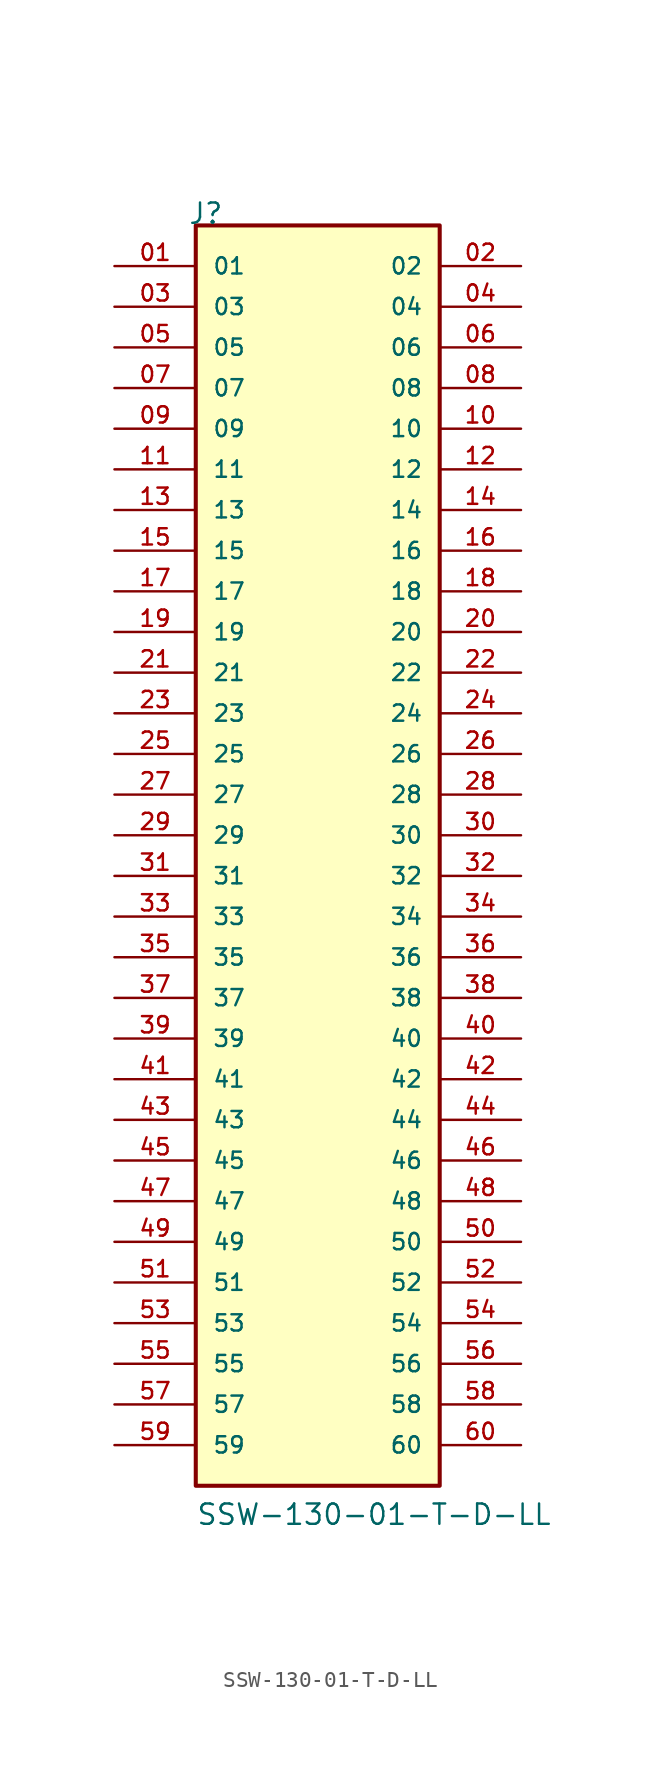
<source format=kicad_sym>
(kicad_symbol_lib
  (version 20211014)
  (generator kicad_symbol_editor)
  (symbol "SSW-130-01-T-D-LL"
    (pin_names
      (offset 1.016))
    (property "Reference" "J"
      (at -8.12 40.64 0)
      (effects (font (size 1.27 1.27)) (justify bottom left)))
    (property "Value" "SSW-130-01-T-D-LL"
      (at -7.62 -40.64 0)
      (effects (font (size 1.27 1.27)) (justify bottom left)))
    (symbol "SSW-130-01-T-D-LL_0_0"
      (rectangle (start -7.62 -38.1) (end 7.62 40.64) (stroke (width 0.254)) (fill (type background)))
      (pin passive line (at -12.7 38.1 0) (length 5.08) (name "01" (effects (font (size 1.016 1.016)))) (number "01" (effects (font (size 1.016 1.016)))))
      (pin passive line (at 12.7 38.1 180.0) (length 5.08) (name "02" (effects (font (size 1.016 1.016)))) (number "02" (effects (font (size 1.016 1.016)))))
      (pin passive line (at -12.7 35.56 0) (length 5.08) (name "03" (effects (font (size 1.016 1.016)))) (number "03" (effects (font (size 1.016 1.016)))))
      (pin passive line (at 12.7 35.56 180.0) (length 5.08) (name "04" (effects (font (size 1.016 1.016)))) (number "04" (effects (font (size 1.016 1.016)))))
      (pin passive line (at -12.7 33.02 0) (length 5.08) (name "05" (effects (font (size 1.016 1.016)))) (number "05" (effects (font (size 1.016 1.016)))))
      (pin passive line (at 12.7 33.02 180.0) (length 5.08) (name "06" (effects (font (size 1.016 1.016)))) (number "06" (effects (font (size 1.016 1.016)))))
      (pin passive line (at -12.7 30.48 0) (length 5.08) (name "07" (effects (font (size 1.016 1.016)))) (number "07" (effects (font (size 1.016 1.016)))))
      (pin passive line (at 12.7 30.48 180.0) (length 5.08) (name "08" (effects (font (size 1.016 1.016)))) (number "08" (effects (font (size 1.016 1.016)))))
      (pin passive line (at -12.7 27.94 0) (length 5.08) (name "09" (effects (font (size 1.016 1.016)))) (number "09" (effects (font (size 1.016 1.016)))))
      (pin passive line (at 12.7 27.94 180.0) (length 5.08) (name "10" (effects (font (size 1.016 1.016)))) (number "10" (effects (font (size 1.016 1.016)))))
      (pin passive line (at -12.7 25.4 0) (length 5.08) (name "11" (effects (font (size 1.016 1.016)))) (number "11" (effects (font (size 1.016 1.016)))))
      (pin passive line (at 12.7 25.4 180.0) (length 5.08) (name "12" (effects (font (size 1.016 1.016)))) (number "12" (effects (font (size 1.016 1.016)))))
      (pin passive line (at -12.7 22.86 0) (length 5.08) (name "13" (effects (font (size 1.016 1.016)))) (number "13" (effects (font (size 1.016 1.016)))))
      (pin passive line (at 12.7 22.86 180.0) (length 5.08) (name "14" (effects (font (size 1.016 1.016)))) (number "14" (effects (font (size 1.016 1.016)))))
      (pin passive line (at -12.7 20.32 0) (length 5.08) (name "15" (effects (font (size 1.016 1.016)))) (number "15" (effects (font (size 1.016 1.016)))))
      (pin passive line (at 12.7 20.32 180.0) (length 5.08) (name "16" (effects (font (size 1.016 1.016)))) (number "16" (effects (font (size 1.016 1.016)))))
      (pin passive line (at -12.7 17.78 0) (length 5.08) (name "17" (effects (font (size 1.016 1.016)))) (number "17" (effects (font (size 1.016 1.016)))))
      (pin passive line (at 12.7 17.78 180.0) (length 5.08) (name "18" (effects (font (size 1.016 1.016)))) (number "18" (effects (font (size 1.016 1.016)))))
      (pin passive line (at -12.7 15.24 0) (length 5.08) (name "19" (effects (font (size 1.016 1.016)))) (number "19" (effects (font (size 1.016 1.016)))))
      (pin passive line (at 12.7 15.24 180.0) (length 5.08) (name "20" (effects (font (size 1.016 1.016)))) (number "20" (effects (font (size 1.016 1.016)))))
      (pin passive line (at -12.7 12.7 0) (length 5.08) (name "21" (effects (font (size 1.016 1.016)))) (number "21" (effects (font (size 1.016 1.016)))))
      (pin passive line (at 12.7 12.7 180.0) (length 5.08) (name "22" (effects (font (size 1.016 1.016)))) (number "22" (effects (font (size 1.016 1.016)))))
      (pin passive line (at -12.7 10.16 0) (length 5.08) (name "23" (effects (font (size 1.016 1.016)))) (number "23" (effects (font (size 1.016 1.016)))))
      (pin passive line (at 12.7 10.16 180.0) (length 5.08) (name "24" (effects (font (size 1.016 1.016)))) (number "24" (effects (font (size 1.016 1.016)))))
      (pin passive line (at -12.7 7.62 0) (length 5.08) (name "25" (effects (font (size 1.016 1.016)))) (number "25" (effects (font (size 1.016 1.016)))))
      (pin passive line (at 12.7 7.62 180.0) (length 5.08) (name "26" (effects (font (size 1.016 1.016)))) (number "26" (effects (font (size 1.016 1.016)))))
      (pin passive line (at -12.7 5.08 0) (length 5.08) (name "27" (effects (font (size 1.016 1.016)))) (number "27" (effects (font (size 1.016 1.016)))))
      (pin passive line (at 12.7 5.08 180.0) (length 5.08) (name "28" (effects (font (size 1.016 1.016)))) (number "28" (effects (font (size 1.016 1.016)))))
      (pin passive line (at -12.7 2.54 0) (length 5.08) (name "29" (effects (font (size 1.016 1.016)))) (number "29" (effects (font (size 1.016 1.016)))))
      (pin passive line (at 12.7 2.54 180.0) (length 5.08) (name "30" (effects (font (size 1.016 1.016)))) (number "30" (effects (font (size 1.016 1.016)))))
      (pin passive line (at -12.7 0.0 0) (length 5.08) (name "31" (effects (font (size 1.016 1.016)))) (number "31" (effects (font (size 1.016 1.016)))))
      (pin passive line (at 12.7 0.0 180.0) (length 5.08) (name "32" (effects (font (size 1.016 1.016)))) (number "32" (effects (font (size 1.016 1.016)))))
      (pin passive line (at -12.7 -2.54 0) (length 5.08) (name "33" (effects (font (size 1.016 1.016)))) (number "33" (effects (font (size 1.016 1.016)))))
      (pin passive line (at 12.7 -2.54 180.0) (length 5.08) (name "34" (effects (font (size 1.016 1.016)))) (number "34" (effects (font (size 1.016 1.016)))))
      (pin passive line (at -12.7 -5.08 0) (length 5.08) (name "35" (effects (font (size 1.016 1.016)))) (number "35" (effects (font (size 1.016 1.016)))))
      (pin passive line (at 12.7 -5.08 180.0) (length 5.08) (name "36" (effects (font (size 1.016 1.016)))) (number "36" (effects (font (size 1.016 1.016)))))
      (pin passive line (at -12.7 -7.62 0) (length 5.08) (name "37" (effects (font (size 1.016 1.016)))) (number "37" (effects (font (size 1.016 1.016)))))
      (pin passive line (at 12.7 -7.62 180.0) (length 5.08) (name "38" (effects (font (size 1.016 1.016)))) (number "38" (effects (font (size 1.016 1.016)))))
      (pin passive line (at -12.7 -10.16 0) (length 5.08) (name "39" (effects (font (size 1.016 1.016)))) (number "39" (effects (font (size 1.016 1.016)))))
      (pin passive line (at 12.7 -10.16 180.0) (length 5.08) (name "40" (effects (font (size 1.016 1.016)))) (number "40" (effects (font (size 1.016 1.016)))))
      (pin passive line (at -12.7 -12.7 0) (length 5.08) (name "41" (effects (font (size 1.016 1.016)))) (number "41" (effects (font (size 1.016 1.016)))))
      (pin passive line (at 12.7 -12.7 180.0) (length 5.08) (name "42" (effects (font (size 1.016 1.016)))) (number "42" (effects (font (size 1.016 1.016)))))
      (pin passive line (at -12.7 -15.24 0) (length 5.08) (name "43" (effects (font (size 1.016 1.016)))) (number "43" (effects (font (size 1.016 1.016)))))
      (pin passive line (at 12.7 -15.24 180.0) (length 5.08) (name "44" (effects (font (size 1.016 1.016)))) (number "44" (effects (font (size 1.016 1.016)))))
      (pin passive line (at -12.7 -17.78 0) (length 5.08) (name "45" (effects (font (size 1.016 1.016)))) (number "45" (effects (font (size 1.016 1.016)))))
      (pin passive line (at 12.7 -17.78 180.0) (length 5.08) (name "46" (effects (font (size 1.016 1.016)))) (number "46" (effects (font (size 1.016 1.016)))))
      (pin passive line (at -12.7 -20.32 0) (length 5.08) (name "47" (effects (font (size 1.016 1.016)))) (number "47" (effects (font (size 1.016 1.016)))))
      (pin passive line (at 12.7 -20.32 180.0) (length 5.08) (name "48" (effects (font (size 1.016 1.016)))) (number "48" (effects (font (size 1.016 1.016)))))
      (pin passive line (at -12.7 -22.86 0) (length 5.08) (name "49" (effects (font (size 1.016 1.016)))) (number "49" (effects (font (size 1.016 1.016)))))
      (pin passive line (at 12.7 -22.86 180.0) (length 5.08) (name "50" (effects (font (size 1.016 1.016)))) (number "50" (effects (font (size 1.016 1.016)))))
      (pin passive line (at -12.7 -25.4 0) (length 5.08) (name "51" (effects (font (size 1.016 1.016)))) (number "51" (effects (font (size 1.016 1.016)))))
      (pin passive line (at 12.7 -25.4 180.0) (length 5.08) (name "52" (effects (font (size 1.016 1.016)))) (number "52" (effects (font (size 1.016 1.016)))))
      (pin passive line (at -12.7 -27.94 0) (length 5.08) (name "53" (effects (font (size 1.016 1.016)))) (number "53" (effects (font (size 1.016 1.016)))))
      (pin passive line (at 12.7 -27.94 180.0) (length 5.08) (name "54" (effects (font (size 1.016 1.016)))) (number "54" (effects (font (size 1.016 1.016)))))
      (pin passive line (at -12.7 -30.48 0) (length 5.08) (name "55" (effects (font (size 1.016 1.016)))) (number "55" (effects (font (size 1.016 1.016)))))
      (pin passive line (at 12.7 -30.48 180.0) (length 5.08) (name "56" (effects (font (size 1.016 1.016)))) (number "56" (effects (font (size 1.016 1.016)))))
      (pin passive line (at -12.7 -33.02 0) (length 5.08) (name "57" (effects (font (size 1.016 1.016)))) (number "57" (effects (font (size 1.016 1.016)))))
      (pin passive line (at 12.7 -33.02 180.0) (length 5.08) (name "58" (effects (font (size 1.016 1.016)))) (number "58" (effects (font (size 1.016 1.016)))))
      (pin passive line (at -12.7 -35.56 0) (length 5.08) (name "59" (effects (font (size 1.016 1.016)))) (number "59" (effects (font (size 1.016 1.016)))))
      (pin passive line (at 12.7 -35.56 180.0) (length 5.08) (name "60" (effects (font (size 1.016 1.016)))) (number "60" (effects (font (size 1.016 1.016))))))))
</source>
